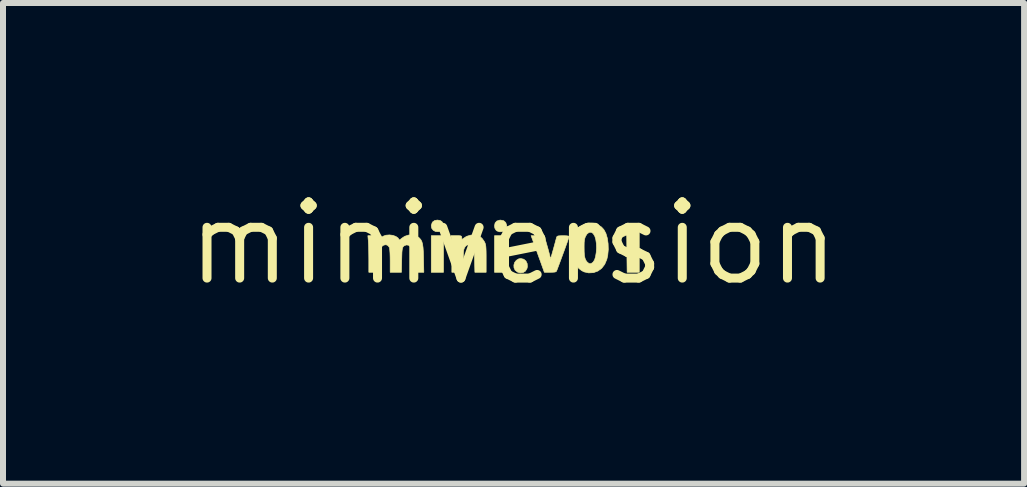
<source format=kicad_pcb>
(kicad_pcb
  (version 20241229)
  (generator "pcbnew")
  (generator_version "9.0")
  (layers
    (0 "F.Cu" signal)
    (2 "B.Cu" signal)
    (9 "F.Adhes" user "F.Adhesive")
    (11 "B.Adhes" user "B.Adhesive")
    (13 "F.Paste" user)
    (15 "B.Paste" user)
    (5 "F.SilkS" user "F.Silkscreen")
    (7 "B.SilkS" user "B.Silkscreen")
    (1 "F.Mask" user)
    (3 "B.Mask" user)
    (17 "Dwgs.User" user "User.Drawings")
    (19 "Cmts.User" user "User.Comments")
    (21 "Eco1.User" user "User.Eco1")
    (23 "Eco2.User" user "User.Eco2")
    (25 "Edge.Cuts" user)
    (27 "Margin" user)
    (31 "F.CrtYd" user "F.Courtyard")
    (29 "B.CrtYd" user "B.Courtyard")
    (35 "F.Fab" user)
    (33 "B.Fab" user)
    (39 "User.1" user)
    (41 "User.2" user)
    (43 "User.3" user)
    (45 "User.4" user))
  (footprint "miniversion"
    (layer "F.Cu")
    (at 5.511 1.006)
    (property "Reference" "miniversion" (at 0 0 0) (layer "F.SilkS") (effects (font (size 1.27 1.27) (thickness 0.15))))
    (attr through_hole)
    (fp_poly (pts (xy -1.168 0.483) (xy -1.372 0.483) (xy -1.372 -0.127) (xy -1.168 -0.127) (xy -1.168 0.483)) (stroke (width 0.01) (type solid)) (fill yes) (layer "F.SilkS"))
    (fp_poly (pts (xy -0.114 0.483) (xy -0.318 0.483) (xy -0.318 -0.127) (xy -0.114 -0.127) (xy -0.114 0.483)) (stroke (width 0.01) (type solid)) (fill yes) (layer "F.SilkS"))
    (fp_poly (pts (xy -1.226 -0.381) (xy -1.195 -0.363) (xy -1.177 -0.333) (xy -1.168 -0.292) (xy -1.171 -0.252) (xy -1.178 -0.234) (xy -1.211 -0.205) (xy -1.256 -0.193) (xy -1.303 -0.198) (xy -1.338 -0.217) (xy -1.365 -0.252) (xy -1.372 -0.296) (xy -1.358 -0.341) (xy -1.348 -0.357) (xy -1.315 -0.38) (xy -1.271 -0.388) (xy -1.226 -0.381)) (stroke (width 0.01) (type solid)) (fill yes) (layer "F.SilkS"))
    (fp_poly (pts (xy -0.164 -0.376) (xy -0.131 -0.347) (xy -0.115 -0.301) (xy -0.114 -0.285) (xy -0.125 -0.244) (xy -0.154 -0.212) (xy -0.193 -0.194) (xy -0.237 -0.192) (xy -0.278 -0.207) (xy -0.29 -0.216) (xy -0.312 -0.252) (xy -0.318 -0.291) (xy -0.308 -0.339) (xy -0.28 -0.371) (xy -0.233 -0.386) (xy -0.214 -0.387) (xy -0.164 -0.376)) (stroke (width 0.01) (type solid)) (fill yes) (layer "F.SilkS"))
    (fp_poly (pts (xy 0.17 0.265) (xy 0.206 0.295) (xy 0.227 0.338) (xy 0.23 0.391) (xy 0.224 0.419) (xy 0.198 0.463) (xy 0.158 0.488) (xy 0.109 0.493) (xy 0.064 0.479) (xy 0.026 0.448) (xy 0.007 0.407) (xy 0.005 0.362) (xy 0.018 0.319) (xy 0.046 0.283) (xy 0.086 0.259) (xy 0.121 0.254) (xy 0.17 0.265)) (stroke (width 0.01) (type solid)) (fill yes) (layer "F.SilkS"))
    (fp_poly (pts (xy 2.095 0.483) (xy 1.893 0.483) (xy 1.889 0.172) (xy 1.886 -0.139) (xy 1.817 -0.107) (xy 1.781 -0.091) (xy 1.755 -0.081) (xy 1.746 -0.079) (xy 1.741 -0.094) (xy 1.734 -0.124) (xy 1.725 -0.16) (xy 1.718 -0.193) (xy 1.715 -0.214) (xy 1.714 -0.215) (xy 1.725 -0.226) (xy 1.754 -0.244) (xy 1.796 -0.266) (xy 1.824 -0.28) (xy 1.883 -0.305) (xy 1.928 -0.321) (xy 1.968 -0.328) (xy 2.013 -0.33) (xy 2.015 -0.33) (xy 2.095 -0.33) (xy 2.095 0.483)) (stroke (width 0.01) (type solid)) (fill yes) (layer "F.SilkS"))
    (fp_poly (pts (xy 0.402 -0.124) (xy 0.513 -0.121) (xy 0.56 0.044) (xy 0.578 0.107) (xy 0.593 0.163) (xy 0.604 0.206) (xy 0.609 0.231) (xy 0.609 0.234) (xy 0.611 0.25) (xy 0.615 0.25) (xy 0.624 0.232) (xy 0.636 0.194) (xy 0.653 0.134) (xy 0.668 0.081) (xy 0.685 0.019) (xy 0.7 -0.037) (xy 0.711 -0.079) (xy 0.718 -0.103) (xy 0.719 -0.105) (xy 0.726 -0.116) (xy 0.743 -0.123) (xy 0.774 -0.126) (xy 0.826 -0.127) (xy 0.826 -0.127) (xy 0.875 -0.126) (xy 0.91 -0.122) (xy 0.927 -0.116) (xy 0.927 -0.115) (xy 0.923 -0.101) (xy 0.911 -0.067) (xy 0.894 -0.017) (xy 0.872 0.044) (xy 0.847 0.113) (xy 0.82 0.186) (xy 0.793 0.259) (xy 0.768 0.327) (xy 0.745 0.388) (xy 0.727 0.436) (xy 0.717 0.46) (xy 0.709 0.472) (xy 0.69 0.479) (xy 0.656 0.482) (xy 0.611 0.483) (xy 0.513 0.483) (xy 0.448 0.302) (xy 0.42 0.225) (xy 0.391 0.144) (xy 0.363 0.068) (xy 0.34 0.005) (xy 0.337 -0.004) (xy 0.292 -0.128) (xy 0.402 -0.124)) (stroke (width 0.01) (type solid)) (fill yes) (layer "F.SilkS"))
    (fp_poly (pts (xy -0.586 -0.126) (xy -0.558 -0.111) (xy -0.525 -0.082) (xy -0.495 -0.041) (xy -0.486 -0.026) (xy -0.475 -0.004) (xy -0.468 0.019) (xy -0.463 0.046) (xy -0.46 0.082) (xy -0.458 0.132) (xy -0.457 0.2) (xy -0.457 0.257) (xy -0.457 0.483) (xy -0.645 0.483) (xy -0.65 0.281) (xy -0.652 0.194) (xy -0.657 0.129) (xy -0.664 0.083) (xy -0.676 0.053) (xy -0.693 0.035) (xy -0.716 0.027) (xy -0.745 0.025) (xy -0.778 0.03) (xy -0.801 0.049) (xy -0.813 0.067) (xy -0.823 0.086) (xy -0.83 0.108) (xy -0.834 0.139) (xy -0.837 0.182) (xy -0.838 0.242) (xy -0.838 0.295) (xy -0.838 0.483) (xy -1.029 0.483) (xy -1.029 0.244) (xy -1.029 0.164) (xy -1.031 0.087) (xy -1.032 0.02) (xy -1.035 -0.032) (xy -1.037 -0.06) (xy -1.045 -0.127) (xy -0.954 -0.127) (xy -0.907 -0.127) (xy -0.88 -0.124) (xy -0.868 -0.117) (xy -0.864 -0.104) (xy -0.864 -0.093) (xy -0.862 -0.07) (xy -0.853 -0.069) (xy -0.841 -0.079) (xy -0.784 -0.116) (xy -0.717 -0.136) (xy -0.649 -0.14) (xy -0.586 -0.126)) (stroke (width 0.01) (type solid)) (fill yes) (layer "F.SilkS"))
    (fp_poly (pts (xy 1.33 -0.336) (xy 1.401 -0.314) (xy 1.465 -0.272) (xy 1.505 -0.229) (xy 1.539 -0.166) (xy 1.563 -0.085) (xy 1.576 0.006) (xy 1.579 0.103) (xy 1.57 0.199) (xy 1.555 0.266) (xy 1.52 0.349) (xy 1.47 0.415) (xy 1.406 0.462) (xy 1.332 0.489) (xy 1.252 0.493) (xy 1.175 0.476) (xy 1.135 0.455) (xy 1.092 0.422) (xy 1.072 0.402) (xy 1.026 0.335) (xy 0.994 0.251) (xy 0.976 0.156) (xy 0.972 0.057) (xy 1.176 0.057) (xy 1.177 0.14) (xy 1.181 0.203) (xy 1.191 0.249) (xy 1.206 0.284) (xy 1.225 0.31) (xy 1.258 0.337) (xy 1.288 0.34) (xy 1.32 0.319) (xy 1.326 0.313) (xy 1.35 0.276) (xy 1.367 0.22) (xy 1.378 0.151) (xy 1.383 0.077) (xy 1.38 0.002) (xy 1.37 -0.066) (xy 1.355 -0.116) (xy 1.327 -0.163) (xy 1.294 -0.185) (xy 1.259 -0.182) (xy 1.225 -0.156) (xy 1.204 -0.123) (xy 1.19 -0.092) (xy 1.182 -0.058) (xy 1.177 -0.014) (xy 1.176 0.048) (xy 1.176 0.057) (xy 0.972 0.057) (xy 0.971 0.055) (xy 0.982 -0.046) (xy 1.008 -0.142) (xy 1.018 -0.168) (xy 1.06 -0.237) (xy 1.117 -0.288) (xy 1.183 -0.322) (xy 1.256 -0.338) (xy 1.33 -0.336)) (stroke (width 0.01) (type solid)) (fill yes) (layer "F.SilkS"))
    (fp_poly (pts (xy -1.622 -0.124) (xy -1.6 -0.111) (xy -1.569 -0.088) (xy -1.546 -0.061) (xy -1.529 -0.029) (xy -1.517 0.014) (xy -1.509 0.07) (xy -1.504 0.144) (xy -1.501 0.239) (xy -1.501 0.251) (xy -1.496 0.483) (xy -1.702 0.483) (xy -1.702 0.282) (xy -1.702 0.202) (xy -1.704 0.143) (xy -1.707 0.102) (xy -1.712 0.075) (xy -1.72 0.057) (xy -1.722 0.054) (xy -1.751 0.031) (xy -1.789 0.027) (xy -1.825 0.042) (xy -1.836 0.052) (xy -1.846 0.065) (xy -1.852 0.083) (xy -1.857 0.11) (xy -1.861 0.15) (xy -1.863 0.207) (xy -1.865 0.281) (xy -1.869 0.483) (xy -2.057 0.483) (xy -2.057 0.293) (xy -2.058 0.223) (xy -2.06 0.161) (xy -2.064 0.11) (xy -2.068 0.077) (xy -2.07 0.07) (xy -2.094 0.037) (xy -2.127 0.023) (xy -2.165 0.03) (xy -2.201 0.056) (xy -2.206 0.062) (xy -2.213 0.083) (xy -2.218 0.126) (xy -2.221 0.192) (xy -2.222 0.281) (xy -2.222 0.283) (xy -2.223 0.483) (xy -2.413 0.483) (xy -2.413 0.264) (xy -2.414 0.184) (xy -2.415 0.106) (xy -2.417 0.037) (xy -2.42 -0.018) (xy -2.421 -0.041) (xy -2.429 -0.127) (xy -2.339 -0.127) (xy -2.292 -0.127) (xy -2.265 -0.124) (xy -2.252 -0.117) (xy -2.248 -0.104) (xy -2.248 -0.093) (xy -2.248 -0.059) (xy -2.219 -0.085) (xy -2.175 -0.118) (xy -2.129 -0.135) (xy -2.069 -0.14) (xy -2.069 -0.14) (xy -2.013 -0.133) (xy -1.963 -0.115) (xy -1.926 -0.089) (xy -1.912 -0.068) (xy -1.904 -0.056) (xy -1.891 -0.061) (xy -1.87 -0.08) (xy -1.815 -0.117) (xy -1.75 -0.138) (xy -1.684 -0.14) (xy -1.622 -0.124)) (stroke (width 0.01) (type solid)) (fill yes) (layer "F.SilkS")))
  (gr_rect
    (start -3 -3)
    (end 14.021 5.012)
    (stroke (width 0.1) (type default))
    (fill no)
    (layer "Edge.Cuts")))
</source>
